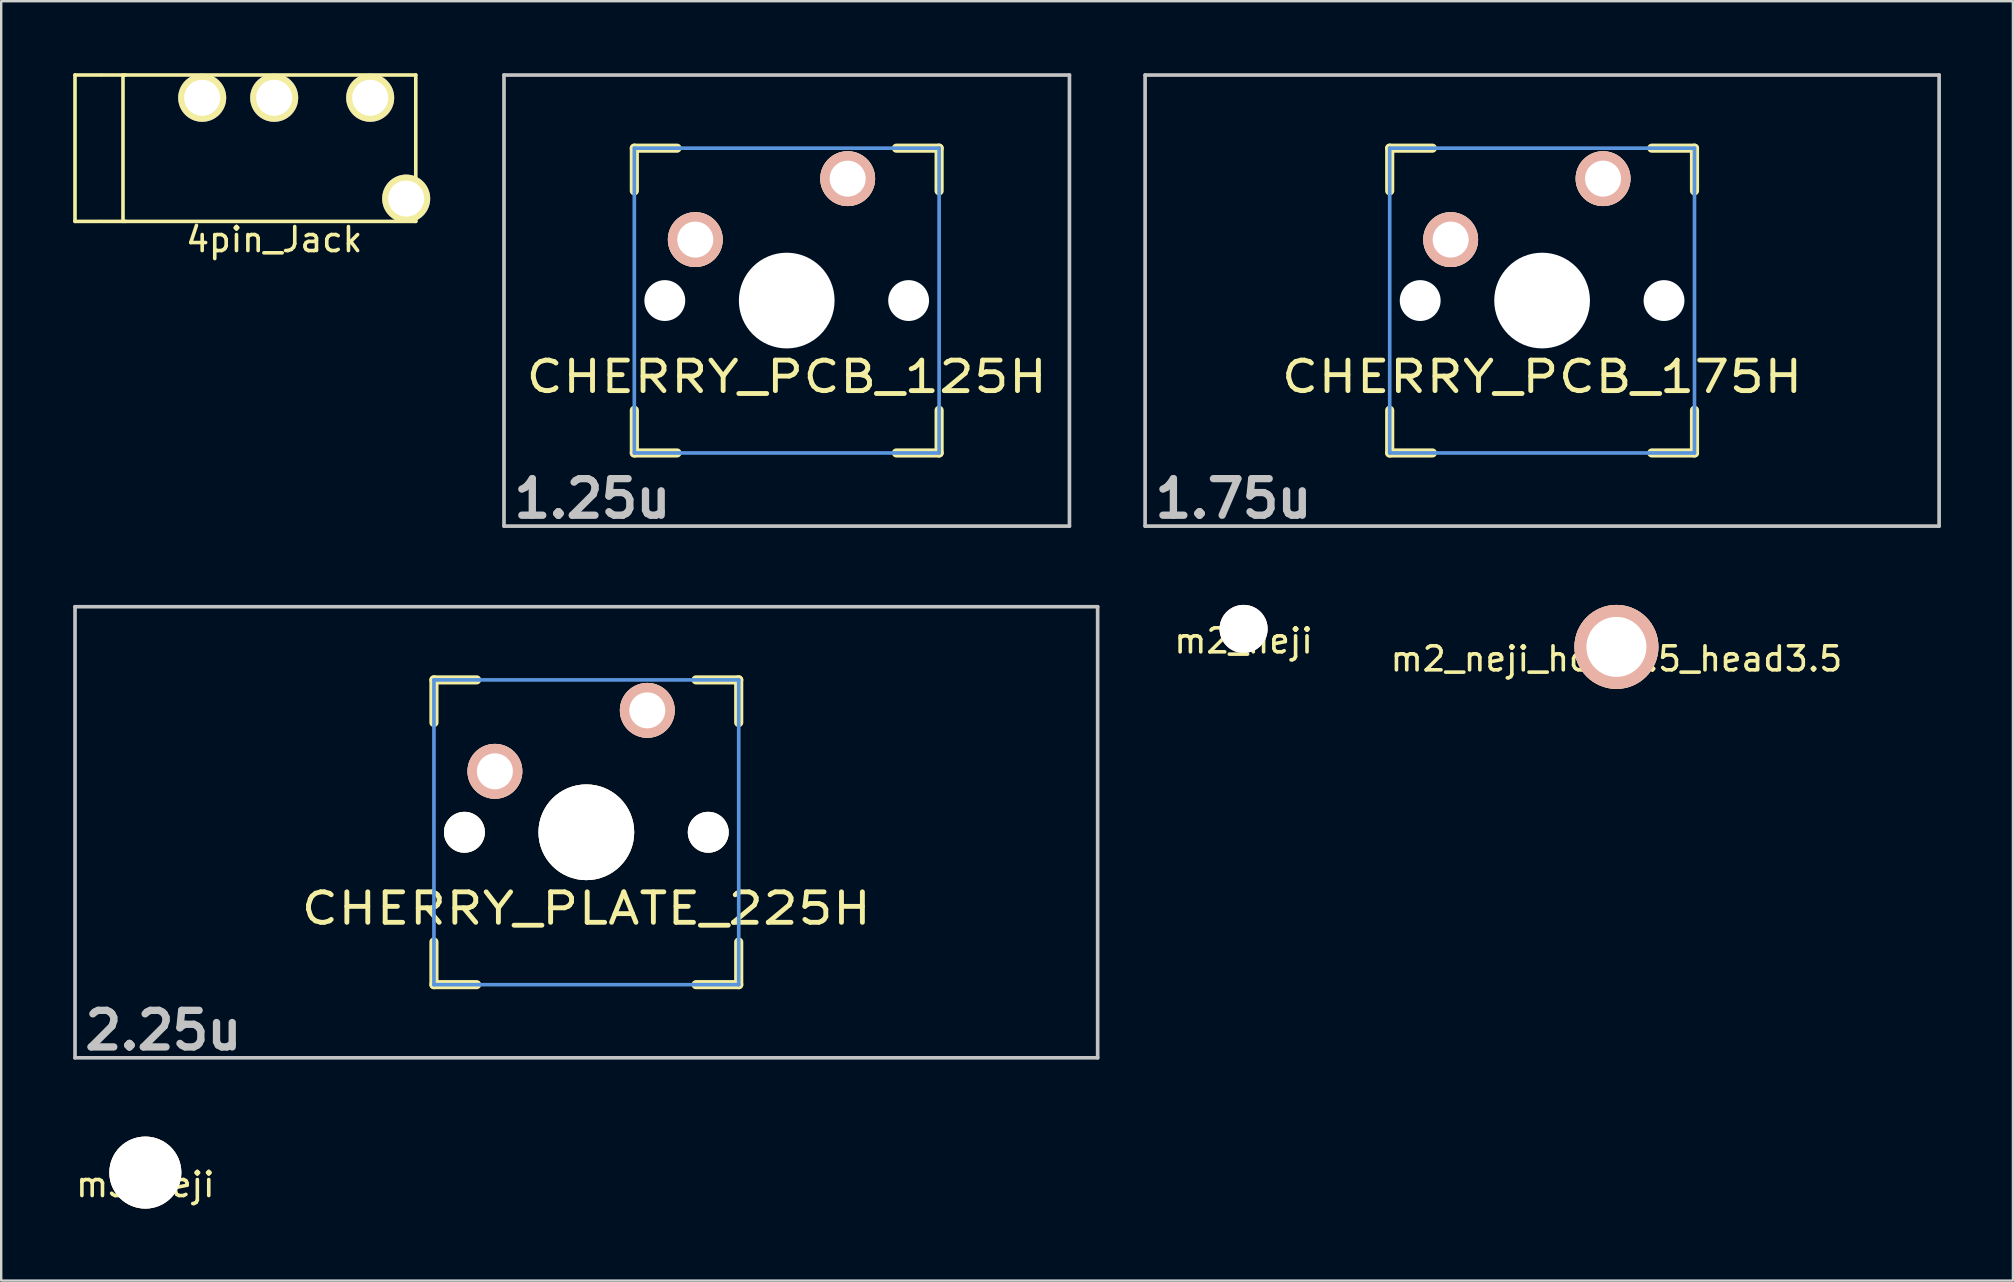
<source format=kicad_pcb>
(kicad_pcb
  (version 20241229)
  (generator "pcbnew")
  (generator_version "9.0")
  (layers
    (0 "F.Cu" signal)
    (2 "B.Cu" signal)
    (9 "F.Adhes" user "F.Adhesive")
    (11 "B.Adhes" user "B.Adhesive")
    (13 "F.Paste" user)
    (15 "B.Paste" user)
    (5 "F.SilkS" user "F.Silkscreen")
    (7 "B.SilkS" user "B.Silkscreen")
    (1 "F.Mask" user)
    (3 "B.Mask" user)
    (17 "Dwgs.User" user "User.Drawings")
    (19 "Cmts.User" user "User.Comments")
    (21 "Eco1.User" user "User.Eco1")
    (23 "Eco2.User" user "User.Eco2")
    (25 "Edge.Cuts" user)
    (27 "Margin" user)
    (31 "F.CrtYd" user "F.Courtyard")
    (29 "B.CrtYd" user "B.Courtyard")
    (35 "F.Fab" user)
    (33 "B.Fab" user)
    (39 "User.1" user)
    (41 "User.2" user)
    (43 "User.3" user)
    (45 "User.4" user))
  (footprint "CHERRY_PCB_125H"
    (layer "F.Cu")
    (at 29.732 9.474)
    (property "Reference" "CHERRY_PCB_125H" (at 0 3.175 0) (layer "F.SilkS") (effects (font (size 1.27 1.524) (thickness 0.203))))
    (attr through_hole)
    (fp_line (start -6.35 -6.35) (end -4.572 -6.35) (stroke (width 0.381) (type solid)) (layer "F.SilkS"))
    (fp_line (start -6.35 -4.572) (end -6.35 -6.35) (stroke (width 0.381) (type solid)) (layer "F.SilkS"))
    (fp_line (start -6.35 6.35) (end -6.35 4.572) (stroke (width 0.381) (type solid)) (layer "F.SilkS"))
    (fp_line (start -4.572 6.35) (end -6.35 6.35) (stroke (width 0.381) (type solid)) (layer "F.SilkS"))
    (fp_line (start 4.572 -6.35) (end 6.35 -6.35) (stroke (width 0.381) (type solid)) (layer "F.SilkS"))
    (fp_line (start 6.35 -6.35) (end 6.35 -4.572) (stroke (width 0.381) (type solid)) (layer "F.SilkS"))
    (fp_line (start 6.35 4.572) (end 6.35 6.35) (stroke (width 0.381) (type solid)) (layer "F.SilkS"))
    (fp_line (start 6.35 6.35) (end 4.572 6.35) (stroke (width 0.381) (type solid)) (layer "F.SilkS"))
    (fp_line (start -11.781 -9.398) (end 11.781 -9.398) (stroke (width 0.152) (type solid)) (layer "Dwgs.User"))
    (fp_line (start -11.781 9.398) (end -11.781 -9.398) (stroke (width 0.152) (type solid)) (layer "Dwgs.User"))
    (fp_line (start 11.781 -9.398) (end 11.781 9.398) (stroke (width 0.152) (type solid)) (layer "Dwgs.User"))
    (fp_line (start 11.781 9.398) (end -11.781 9.398) (stroke (width 0.152) (type solid)) (layer "Dwgs.User"))
    (fp_line (start -6.35 -6.35) (end 6.35 -6.35) (stroke (width 0.152) (type solid)) (layer "Cmts.User"))
    (fp_line (start -6.35 6.35) (end -6.35 -6.35) (stroke (width 0.152) (type solid)) (layer "Cmts.User"))
    (fp_line (start 6.35 -6.35) (end 6.35 6.35) (stroke (width 0.152) (type solid)) (layer "Cmts.User"))
    (fp_line (start 6.35 6.35) (end -6.35 6.35) (stroke (width 0.152) (type solid)) (layer "Cmts.User"))
    (fp_line (start -6.985 -6.985) (end 6.985 -6.985) (stroke (width 0.152) (type solid)) (layer "Eco2.User"))
    (fp_line (start -6.985 6.985) (end -6.985 -6.985) (stroke (width 0.152) (type solid)) (layer "Eco2.User"))
    (fp_line (start 6.985 -6.985) (end 6.985 6.985) (stroke (width 0.152) (type solid)) (layer "Eco2.User"))
    (fp_line (start 6.985 6.985) (end -6.985 6.985) (stroke (width 0.152) (type solid)) (layer "Eco2.User"))
    (fp_text user "1.25u" (at -8.098 8.255 0) (layer "Dwgs.User") (effects (font (size 1.524 1.524) (thickness 0.305))))
    (pad "" np_thru_hole circle (at -5.08 0) (size 1.702 1.702) (drill 1.702) (layers "*.Cu"))
    (pad "" np_thru_hole circle (at 0 0) (size 3.988 3.988) (drill 3.988) (layers "*.Cu"))
    (pad "" np_thru_hole circle (at 5.08 0) (size 1.702 1.702) (drill 1.702) (layers "*.Cu"))
    (pad "1" thru_hole circle (at 2.54 -5.08) (size 2.286 2.286) (drill 1.499) (layers "*.Cu" "*.SilkS" "*.Mask"))
    (pad "2" thru_hole circle (at -3.81 -2.54) (size 2.286 2.286) (drill 1.499) (layers "*.Cu" "*.SilkS" "*.Mask")))
  (footprint "m2_neji"
    (layer "F.Cu")
    (at 48.769 23.156)
    (property "Reference" "m2_neji" (at 0 0.5 0) (layer "F.SilkS") (effects (font (size 1 1) (thickness 0.15))))
    (attr through_hole)
    (pad "1" thru_hole circle (at 0 0) (size 2 2) (drill 2) (layers "*.Cu" "*.Adhes" "F.SilkS")))
  (footprint "CHERRY_PLATE_225H"
    (layer "F.Cu")
    (at 21.382 31.63)
    (property "Reference" "CHERRY_PLATE_225H" (at 0 3.175 0) (layer "F.SilkS") (effects (font (size 1.27 1.524) (thickness 0.203))))
    (attr through_hole)
    (fp_line (start -6.35 -6.35) (end -4.572 -6.35) (stroke (width 0.381) (type solid)) (layer "F.SilkS"))
    (fp_line (start -6.35 -4.572) (end -6.35 -6.35) (stroke (width 0.381) (type solid)) (layer "F.SilkS"))
    (fp_line (start -6.35 6.35) (end -6.35 4.572) (stroke (width 0.381) (type solid)) (layer "F.SilkS"))
    (fp_line (start -4.572 6.35) (end -6.35 6.35) (stroke (width 0.381) (type solid)) (layer "F.SilkS"))
    (fp_line (start 4.572 -6.35) (end 6.35 -6.35) (stroke (width 0.381) (type solid)) (layer "F.SilkS"))
    (fp_line (start 6.35 -6.35) (end 6.35 -4.572) (stroke (width 0.381) (type solid)) (layer "F.SilkS"))
    (fp_line (start 6.35 4.572) (end 6.35 6.35) (stroke (width 0.381) (type solid)) (layer "F.SilkS"))
    (fp_line (start 6.35 6.35) (end 4.572 6.35) (stroke (width 0.381) (type solid)) (layer "F.SilkS"))
    (fp_line (start -21.306 -9.398) (end 21.306 -9.398) (stroke (width 0.152) (type solid)) (layer "Dwgs.User"))
    (fp_line (start -21.306 9.398) (end -21.306 -9.398) (stroke (width 0.152) (type solid)) (layer "Dwgs.User"))
    (fp_line (start 21.306 -9.398) (end 21.306 9.398) (stroke (width 0.152) (type solid)) (layer "Dwgs.User"))
    (fp_line (start 21.306 9.398) (end -21.306 9.398) (stroke (width 0.152) (type solid)) (layer "Dwgs.User"))
    (fp_line (start -6.35 -6.35) (end 6.35 -6.35) (stroke (width 0.152) (type solid)) (layer "Cmts.User"))
    (fp_line (start -6.35 6.35) (end -6.35 -6.35) (stroke (width 0.152) (type solid)) (layer "Cmts.User"))
    (fp_line (start 6.35 -6.35) (end 6.35 6.35) (stroke (width 0.152) (type solid)) (layer "Cmts.User"))
    (fp_line (start 6.35 6.35) (end -6.35 6.35) (stroke (width 0.152) (type solid)) (layer "Cmts.User"))
    (fp_text user "2.25u" (at -17.623 8.255 0) (layer "Dwgs.User") (effects (font (size 1.524 1.524) (thickness 0.305))))
    (pad "1" thru_hole circle (at 2.54 -5.08) (size 2.286 2.286) (drill 1.499) (layers "*.Cu" "*.SilkS" "*.Mask"))
    (pad "2" thru_hole circle (at -3.81 -2.54) (size 2.286 2.286) (drill 1.499) (layers "*.Cu" "*.SilkS" "*.Mask"))
    (pad "HOLE" thru_hole circle (at -5.08 0) (size 1.702 1.702) (drill 1.702) (layers "*.Cu" "*.Mask" "F.SilkS"))
    (pad "HOLE" thru_hole circle (at 0 0) (size 3.988 3.988) (drill 3.988) (layers "*.Cu" "*.Mask" "F.SilkS"))
    (pad "HOLE" thru_hole circle (at 5.08 0) (size 1.702 1.702) (drill 1.702) (layers "*.Cu" "*.Mask" "F.SilkS")))
  (footprint "m2_neji_hole2.5_head3.5"
    (layer "F.Cu")
    (at 64.305 23.906)
    (property "Reference" "m2_neji_hole2.5_head3.5" (at 0 0.5 0) (layer "F.SilkS") (effects (font (size 1 1) (thickness 0.15))))
    (attr through_hole)
    (pad "1" thru_hole circle (at 0 0) (size 3.5 3.5) (drill 2.5) (layers "*.Cu" "*.SilkS" "*.Mask" "Eco1.User" "Eco2.User")))
  (footprint "4pin_Jack"
    (layer "F.Cu")
    (at 8.375 3.125)
    (property "Reference" "4pin_Jack" (at 0 3.81 0) (layer "F.SilkS") (effects (font (size 1 1) (thickness 0.15))))
    (attr through_hole)
    (fp_line (start -8.3 -3.05) (end -8.3 3.05) (stroke (width 0.15) (type solid)) (layer "F.SilkS"))
    (fp_line (start -7.25 -3.05) (end -8.3 -3.05) (stroke (width 0.15) (type solid)) (layer "F.SilkS"))
    (fp_line (start -7.25 3.05) (end -8.3 3.05) (stroke (width 0.15) (type solid)) (layer "F.SilkS"))
    (fp_line (start -7.2 3.05) (end -6.2 3.05) (stroke (width 0.15) (type solid)) (layer "F.SilkS"))
    (fp_line (start -6.3 -3.05) (end -6.3 3.05) (stroke (width 0.15) (type solid)) (layer "F.SilkS"))
    (fp_line (start -6.2 -3.05) (end -7.2 -3.05) (stroke (width 0.15) (type solid)) (layer "F.SilkS"))
    (fp_line (start -6.2 -3.05) (end 5.9 -3.05) (stroke (width 0.15) (type solid)) (layer "F.SilkS"))
    (fp_line (start -6.2 3.05) (end 5.9 3.05) (stroke (width 0.15) (type solid)) (layer "F.SilkS"))
    (fp_line (start 5.9 3.05) (end 5.9 -3.05) (stroke (width 0.15) (type solid)) (layer "F.SilkS"))
    (pad "1" thru_hole circle (at -3 -2.1) (size 2 2) (drill 1.5) (layers "*.Cu" "*.Mask" "F.SilkS"))
    (pad "2" thru_hole circle (at 0 -2.1) (size 2 2) (drill 1.5) (layers "*.Cu" "*.Mask" "F.SilkS"))
    (pad "3" thru_hole circle (at 4 -2.1) (size 2 2) (drill 1.5) (layers "*.Cu" "*.Mask" "F.SilkS"))
    (pad "4" thru_hole circle (at 5.5 2.1) (size 2 2) (drill 1.5) (layers "*.Cu" "*.Mask" "F.SilkS")))
  (footprint "CHERRY_PCB_175H"
    (layer "F.Cu")
    (at 61.208 9.474)
    (property "Reference" "CHERRY_PCB_175H" (at 0 3.175 0) (layer "F.SilkS") (effects (font (size 1.27 1.524) (thickness 0.203))))
    (attr through_hole)
    (fp_line (start -6.35 -6.35) (end -4.572 -6.35) (stroke (width 0.381) (type solid)) (layer "F.SilkS"))
    (fp_line (start -6.35 -4.572) (end -6.35 -6.35) (stroke (width 0.381) (type solid)) (layer "F.SilkS"))
    (fp_line (start -6.35 6.35) (end -6.35 4.572) (stroke (width 0.381) (type solid)) (layer "F.SilkS"))
    (fp_line (start -4.572 6.35) (end -6.35 6.35) (stroke (width 0.381) (type solid)) (layer "F.SilkS"))
    (fp_line (start 4.572 -6.35) (end 6.35 -6.35) (stroke (width 0.381) (type solid)) (layer "F.SilkS"))
    (fp_line (start 6.35 -6.35) (end 6.35 -4.572) (stroke (width 0.381) (type solid)) (layer "F.SilkS"))
    (fp_line (start 6.35 4.572) (end 6.35 6.35) (stroke (width 0.381) (type solid)) (layer "F.SilkS"))
    (fp_line (start 6.35 6.35) (end 4.572 6.35) (stroke (width 0.381) (type solid)) (layer "F.SilkS"))
    (fp_line (start -16.543 -9.398) (end 16.543 -9.398) (stroke (width 0.152) (type solid)) (layer "Dwgs.User"))
    (fp_line (start -16.543 9.398) (end -16.543 -9.398) (stroke (width 0.152) (type solid)) (layer "Dwgs.User"))
    (fp_line (start 16.543 -9.398) (end 16.543 9.398) (stroke (width 0.152) (type solid)) (layer "Dwgs.User"))
    (fp_line (start 16.543 9.398) (end -16.543 9.398) (stroke (width 0.152) (type solid)) (layer "Dwgs.User"))
    (fp_line (start -6.35 -6.35) (end 6.35 -6.35) (stroke (width 0.152) (type solid)) (layer "Cmts.User"))
    (fp_line (start -6.35 6.35) (end -6.35 -6.35) (stroke (width 0.152) (type solid)) (layer "Cmts.User"))
    (fp_line (start 6.35 -6.35) (end 6.35 6.35) (stroke (width 0.152) (type solid)) (layer "Cmts.User"))
    (fp_line (start 6.35 6.35) (end -6.35 6.35) (stroke (width 0.152) (type solid)) (layer "Cmts.User"))
    (fp_line (start -6.985 -6.985) (end 6.985 -6.985) (stroke (width 0.152) (type solid)) (layer "Eco2.User"))
    (fp_line (start -6.985 6.985) (end -6.985 -6.985) (stroke (width 0.152) (type solid)) (layer "Eco2.User"))
    (fp_line (start 6.985 -6.985) (end 6.985 6.985) (stroke (width 0.152) (type solid)) (layer "Eco2.User"))
    (fp_line (start 6.985 6.985) (end -6.985 6.985) (stroke (width 0.152) (type solid)) (layer "Eco2.User"))
    (fp_text user "1.75u" (at -12.86 8.255 0) (layer "Dwgs.User") (effects (font (size 1.524 1.524) (thickness 0.305))))
    (pad "" np_thru_hole circle (at -5.08 0) (size 1.702 1.702) (drill 1.702) (layers "*.Cu"))
    (pad "" np_thru_hole circle (at 0 0) (size 3.988 3.988) (drill 3.988) (layers "*.Cu"))
    (pad "" np_thru_hole circle (at 5.08 0) (size 1.702 1.702) (drill 1.702) (layers "*.Cu"))
    (pad "1" thru_hole circle (at 2.54 -5.08) (size 2.286 2.286) (drill 1.499) (layers "*.Cu" "*.SilkS" "*.Mask"))
    (pad "2" thru_hole circle (at -3.81 -2.54) (size 2.286 2.286) (drill 1.499) (layers "*.Cu" "*.SilkS" "*.Mask")))
  (footprint "m3_neji"
    (layer "F.Cu")
    (at 3.006 45.811)
    (property "Reference" "m3_neji" (at 0 0.5 0) (layer "F.SilkS") (effects (font (size 1 1) (thickness 0.15))))
    (attr through_hole)
    (pad "1" thru_hole circle (at 0 0) (size 3 3) (drill 3) (layers "*.Cu" "*.Mask" "F.SilkS")))
  (gr_rect
    (start -3 -3)
    (end 80.827 50.311)
    (stroke (width 0.1) (type default))
    (fill no)
    (layer "Edge.Cuts")))
</source>
